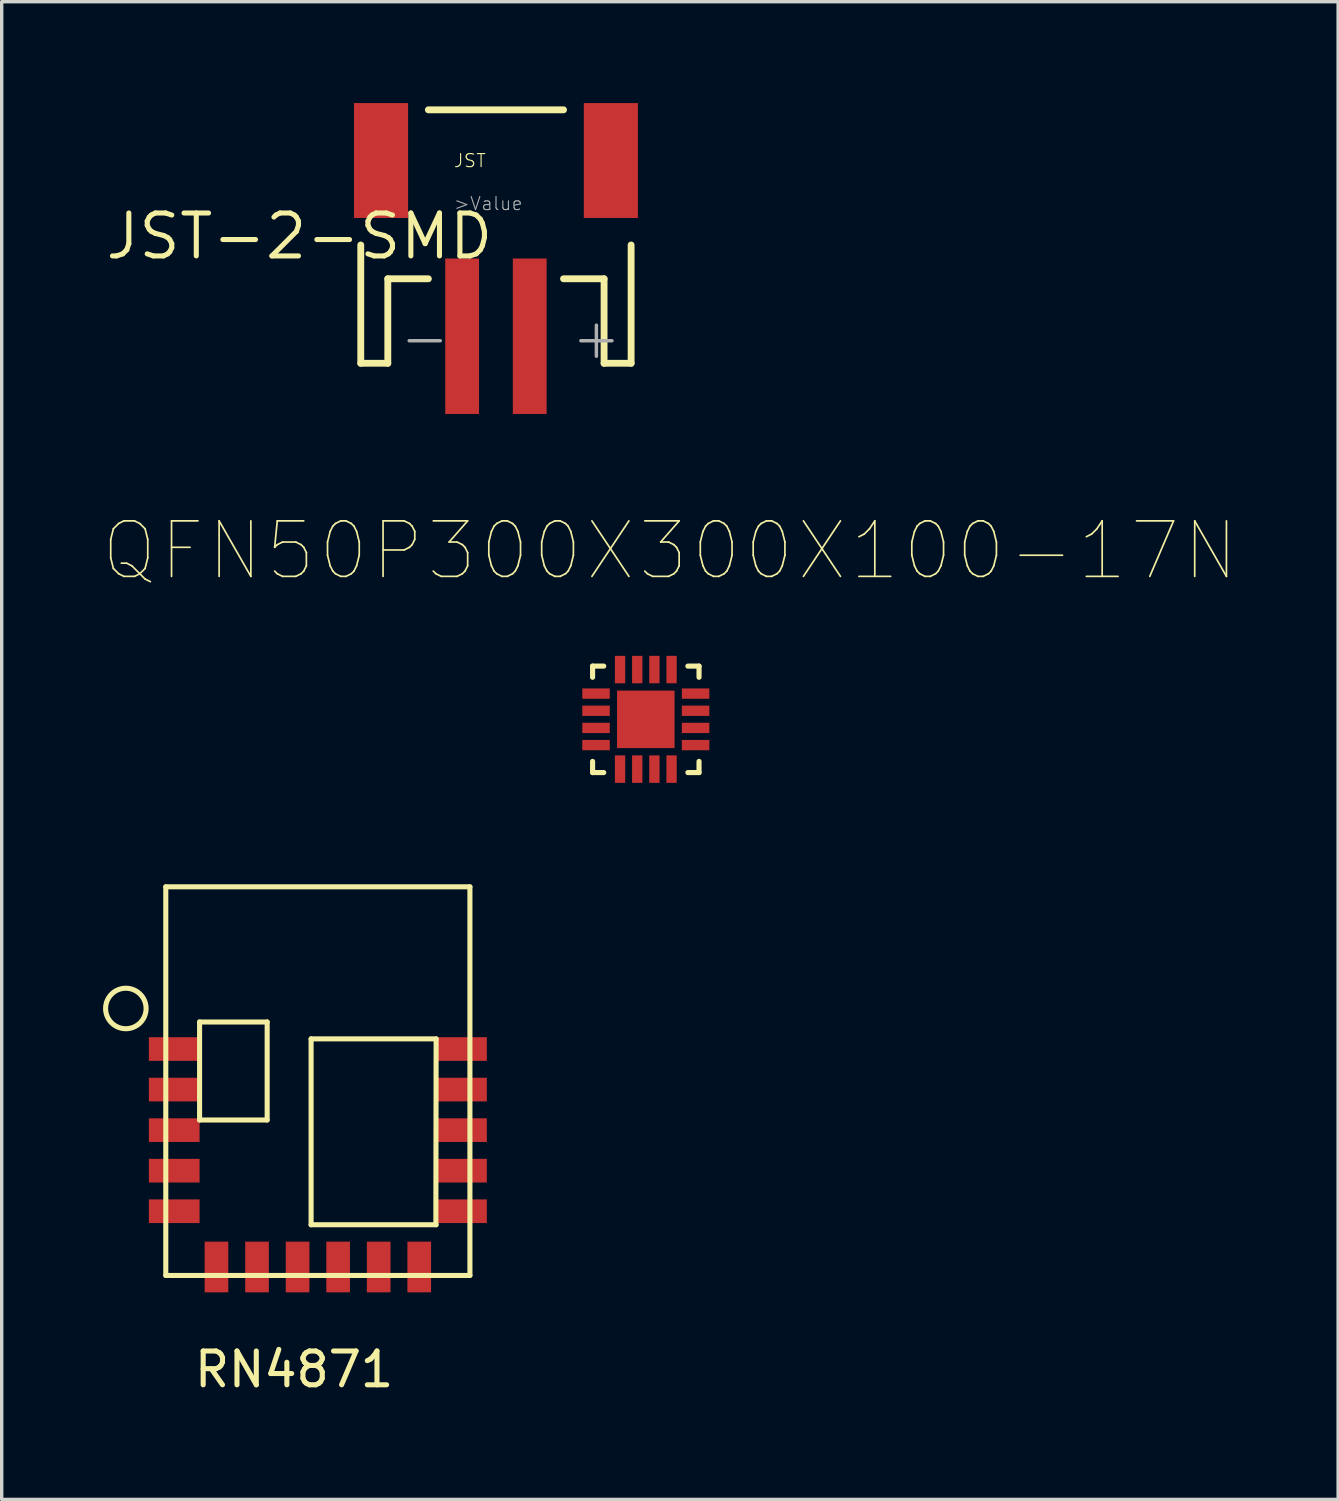
<source format=kicad_pcb>
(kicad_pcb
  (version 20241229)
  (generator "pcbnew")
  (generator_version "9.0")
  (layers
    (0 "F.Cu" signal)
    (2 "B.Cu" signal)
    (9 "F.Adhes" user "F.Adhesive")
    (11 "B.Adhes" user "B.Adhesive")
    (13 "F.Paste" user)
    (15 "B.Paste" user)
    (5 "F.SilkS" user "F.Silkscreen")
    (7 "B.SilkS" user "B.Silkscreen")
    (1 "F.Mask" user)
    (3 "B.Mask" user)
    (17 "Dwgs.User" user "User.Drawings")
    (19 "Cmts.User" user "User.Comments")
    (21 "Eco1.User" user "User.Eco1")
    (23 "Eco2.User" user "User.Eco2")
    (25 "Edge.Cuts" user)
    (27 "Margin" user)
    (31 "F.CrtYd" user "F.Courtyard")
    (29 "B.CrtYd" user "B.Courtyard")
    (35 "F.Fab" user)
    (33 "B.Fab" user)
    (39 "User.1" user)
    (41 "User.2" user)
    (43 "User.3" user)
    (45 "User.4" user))
  (footprint "QFN50P300X300X100-17N"
    (layer "F.Cu")
    (at 16.061 18.237)
    (property "Reference" "QFN50P300X300X100-17N" (at 0.713 -4.988 0) (layer "F.SilkS") (effects (font (size 1.643 1.643) (thickness 0.05))))
    (attr smd)
    (fp_line (start -1.575 -1.575) (end -1.575 -1.245) (stroke (width 0.152) (type solid)) (layer "F.SilkS"))
    (fp_line (start -1.575 1.245) (end -1.575 1.575) (stroke (width 0.152) (type solid)) (layer "F.SilkS"))
    (fp_line (start -1.575 1.575) (end -1.245 1.575) (stroke (width 0.152) (type solid)) (layer "F.SilkS"))
    (fp_line (start -1.245 -1.575) (end -1.575 -1.575) (stroke (width 0.152) (type solid)) (layer "F.SilkS"))
    (fp_line (start 1.245 1.575) (end 1.575 1.575) (stroke (width 0.152) (type solid)) (layer "F.SilkS"))
    (fp_line (start 1.575 -1.575) (end 1.245 -1.575) (stroke (width 0.152) (type solid)) (layer "F.SilkS"))
    (fp_line (start 1.575 -1.245) (end 1.575 -1.575) (stroke (width 0.152) (type solid)) (layer "F.SilkS"))
    (fp_line (start 1.575 1.575) (end 1.575 1.245) (stroke (width 0.152) (type solid)) (layer "F.SilkS"))
    (fp_line (start -1.575 -1.575) (end -1.575 1.575) (stroke (width 0.1) (type solid)) (layer "Eco2.User"))
    (fp_line (start -1.575 -0.889) (end -1.575 -0.61) (stroke (width 0.1) (type solid)) (layer "Eco2.User"))
    (fp_line (start -1.575 -0.406) (end -1.575 -0.102) (stroke (width 0.1) (type solid)) (layer "Eco2.User"))
    (fp_line (start -1.575 -0.305) (end -0.305 -1.575) (stroke (width 0.1) (type solid)) (layer "Eco2.User"))
    (fp_line (start -1.575 0.102) (end -1.575 0.406) (stroke (width 0.1) (type solid)) (layer "Eco2.User"))
    (fp_line (start -1.575 0.61) (end -1.575 0.889) (stroke (width 0.1) (type solid)) (layer "Eco2.User"))
    (fp_line (start -1.575 1.575) (end 1.575 1.575) (stroke (width 0.1) (type solid)) (layer "Eco2.User"))
    (fp_line (start -0.889 1.575) (end -0.61 1.575) (stroke (width 0.1) (type solid)) (layer "Eco2.User"))
    (fp_line (start -0.61 -1.575) (end -0.889 -1.575) (stroke (width 0.1) (type solid)) (layer "Eco2.User"))
    (fp_line (start -0.406 1.575) (end -0.102 1.575) (stroke (width 0.1) (type solid)) (layer "Eco2.User"))
    (fp_line (start -0.102 -1.575) (end -0.406 -1.575) (stroke (width 0.1) (type solid)) (layer "Eco2.User"))
    (fp_line (start 0.102 1.575) (end 0.406 1.575) (stroke (width 0.1) (type solid)) (layer "Eco2.User"))
    (fp_line (start 0.406 -1.575) (end 0.102 -1.575) (stroke (width 0.1) (type solid)) (layer "Eco2.User"))
    (fp_line (start 0.61 1.575) (end 0.889 1.575) (stroke (width 0.1) (type solid)) (layer "Eco2.User"))
    (fp_line (start 0.889 -1.575) (end 0.61 -1.575) (stroke (width 0.1) (type solid)) (layer "Eco2.User"))
    (fp_line (start 1.575 -1.575) (end -1.575 -1.575) (stroke (width 0.1) (type solid)) (layer "Eco2.User"))
    (fp_line (start 1.575 -0.61) (end 1.575 -0.889) (stroke (width 0.1) (type solid)) (layer "Eco2.User"))
    (fp_line (start 1.575 -0.102) (end 1.575 -0.406) (stroke (width 0.1) (type solid)) (layer "Eco2.User"))
    (fp_line (start 1.575 0.406) (end 1.575 0.102) (stroke (width 0.1) (type solid)) (layer "Eco2.User"))
    (fp_line (start 1.575 0.889) (end 1.575 0.61) (stroke (width 0.1) (type solid)) (layer "Eco2.User"))
    (fp_line (start 1.575 1.575) (end 1.575 -1.575) (stroke (width 0.1) (type solid)) (layer "Eco2.User"))
    (pad "1" smd rect (at -1.473 -0.762 270) (size 0.305 0.813) (layers "F.Cu" "F.Mask" "F.Paste"))
    (pad "2" smd rect (at -1.473 -0.254 270) (size 0.305 0.813) (layers "F.Cu" "F.Mask" "F.Paste"))
    (pad "3" smd rect (at -1.473 0.254 270) (size 0.305 0.813) (layers "F.Cu" "F.Mask" "F.Paste"))
    (pad "4" smd rect (at -1.473 0.762 270) (size 0.305 0.813) (layers "F.Cu" "F.Mask" "F.Paste"))
    (pad "5" smd rect (at -0.762 1.473 180) (size 0.305 0.813) (layers "F.Cu" "F.Mask" "F.Paste"))
    (pad "6" smd rect (at -0.254 1.473 180) (size 0.305 0.813) (layers "F.Cu" "F.Mask" "F.Paste"))
    (pad "7" smd rect (at 0.254 1.473 180) (size 0.305 0.813) (layers "F.Cu" "F.Mask" "F.Paste"))
    (pad "8" smd rect (at 0.762 1.473 180) (size 0.305 0.813) (layers "F.Cu" "F.Mask" "F.Paste"))
    (pad "9" smd rect (at 1.473 0.762 270) (size 0.305 0.813) (layers "F.Cu" "F.Mask" "F.Paste"))
    (pad "10" smd rect (at 1.473 0.254 270) (size 0.305 0.813) (layers "F.Cu" "F.Mask" "F.Paste"))
    (pad "11" smd rect (at 1.473 -0.254 270) (size 0.305 0.813) (layers "F.Cu" "F.Mask" "F.Paste"))
    (pad "12" smd rect (at 1.473 -0.762 270) (size 0.305 0.813) (layers "F.Cu" "F.Mask" "F.Paste"))
    (pad "13" smd rect (at 0.762 -1.473 180) (size 0.305 0.813) (layers "F.Cu" "F.Mask" "F.Paste"))
    (pad "14" smd rect (at 0.254 -1.473 180) (size 0.305 0.813) (layers "F.Cu" "F.Mask" "F.Paste"))
    (pad "15" smd rect (at -0.254 -1.473 180) (size 0.305 0.813) (layers "F.Cu" "F.Mask" "F.Paste"))
    (pad "16" smd rect (at -0.762 -1.473 180) (size 0.305 0.813) (layers "F.Cu" "F.Mask" "F.Paste"))
    (pad "17" smd rect (at 0 0) (size 1.702 1.702) (layers "F.Cu" "F.Mask" "F.Paste")))
  (footprint "JST-2-SMD"
    (layer "F.Cu")
    (at 11.626 3.2)
    (property "Reference" "JST-2-SMD" (at 0 0 0) (layer "F.SilkS") (effects (font (size 1.27 1.27) (thickness 0.15)) (justify right top)))
    (attr through_hole)
    (fp_line (start -4 1) (end -4 4.5) (stroke (width 0.203) (type solid)) (layer "F.SilkS"))
    (fp_line (start -4 4.5) (end -3.2 4.5) (stroke (width 0.203) (type solid)) (layer "F.SilkS"))
    (fp_line (start -3.2 2) (end -2 2) (stroke (width 0.203) (type solid)) (layer "F.SilkS"))
    (fp_line (start -3.2 4.5) (end -3.2 2) (stroke (width 0.203) (type solid)) (layer "F.SilkS"))
    (fp_line (start 2 -3) (end -2 -3) (stroke (width 0.203) (type solid)) (layer "F.SilkS"))
    (fp_line (start 2 2) (end 3.2 2) (stroke (width 0.203) (type solid)) (layer "F.SilkS"))
    (fp_line (start 3.2 2) (end 3.2 4.5) (stroke (width 0.203) (type solid)) (layer "F.SilkS"))
    (fp_line (start 3.2 4.5) (end 4 4.5) (stroke (width 0.203) (type solid)) (layer "F.SilkS"))
    (fp_line (start 4 4.5) (end 4 1) (stroke (width 0.203) (type solid)) (layer "F.SilkS"))
    (fp_text user "JST" (at -1.27 -1.27 0) (layer "F.SilkS") (effects (font (size 0.386 0.386) (thickness 0.033)) (justify left bottom)))
    (fp_text user "-" (at -2.921 4.445 0) (layer "F.Fab") (effects (font (size 1.206 1.206) (thickness 0.102)) (justify left bottom)))
    (fp_text user "+" (at 2.159 4.445 0) (layer "F.Fab") (effects (font (size 1.206 1.206) (thickness 0.102)) (justify left bottom)))
    (fp_text user ">Value" (at -1.27 0 0) (layer "F.Fab") (effects (font (size 0.386 0.386) (thickness 0.033)) (justify left bottom)))
    (pad "1" smd rect (at -1 3.7) (size 1 4.6) (layers "F.Cu" "F.Mask" "F.Paste"))
    (pad "2" smd rect (at 1 3.7) (size 1 4.6) (layers "F.Cu" "F.Mask" "F.Paste"))
    (pad "NC1" smd rect (at -3.4 -1.5 90) (size 3.4 1.6) (layers "F.Cu" "F.Mask" "F.Paste"))
    (pad "NC2" smd rect (at 3.4 -1.5 90) (size 3.4 1.6) (layers "F.Cu" "F.Mask" "F.Paste")))
  (footprint "RN4871"
    (layer "F.Cu")
    (at 5.678 29.155)
    (property "Reference" "RN4871" (at -0.025 8.319 0) (layer "F.SilkS") (effects (font (size 1 1) (thickness 0.15))))
    (attr through_hole)
    (fp_line (start -3.822 -5.962) (end 5.178 -5.962) (stroke (width 0.15) (type solid)) (layer "F.SilkS"))
    (fp_line (start -3.822 5.538) (end -3.822 -5.962) (stroke (width 0.15) (type solid)) (layer "F.SilkS"))
    (fp_line (start -3.822 5.538) (end 5.178 5.538) (stroke (width 0.15) (type solid)) (layer "F.SilkS"))
    (fp_line (start -2.822 -1.962) (end -2.822 0.938) (stroke (width 0.15) (type solid)) (layer "F.SilkS"))
    (fp_line (start -2.822 -1.962) (end -0.822 -1.962) (stroke (width 0.15) (type solid)) (layer "F.SilkS"))
    (fp_line (start -2.822 0.938) (end -0.822 0.938) (stroke (width 0.15) (type solid)) (layer "F.SilkS"))
    (fp_line (start -0.822 -1.962) (end -0.822 0.938) (stroke (width 0.15) (type solid)) (layer "F.SilkS"))
    (fp_line (start 0.478 -1.462) (end 0.478 4.038) (stroke (width 0.15) (type solid)) (layer "F.SilkS"))
    (fp_line (start 0.478 -1.462) (end 4.178 -1.462) (stroke (width 0.15) (type solid)) (layer "F.SilkS"))
    (fp_line (start 0.478 4.038) (end 4.178 4.038) (stroke (width 0.15) (type solid)) (layer "F.SilkS"))
    (fp_line (start 4.178 -1.462) (end 4.17 4.038) (stroke (width 0.15) (type solid)) (layer "F.SilkS"))
    (fp_line (start 5.178 5.538) (end 5.178 -5.962) (stroke (width 0.15) (type solid)) (layer "F.SilkS"))
    (fp_circle (center -5.004 -2.362) (end -4.496 -2.044) (stroke (width 0.15) (type solid)) (fill no) (layer "F.SilkS"))
    (pad "1" smd rect (at -3.572 -1.162) (size 1.5 0.7) (layers "F.Cu" "F.Mask" "F.Paste"))
    (pad "2" smd rect (at -3.572 0.038) (size 1.5 0.7) (layers "F.Cu" "F.Mask" "F.Paste"))
    (pad "3" smd rect (at -3.572 1.238) (size 1.5 0.7) (layers "F.Cu" "F.Mask" "F.Paste"))
    (pad "4" smd rect (at -3.572 2.438) (size 1.5 0.7) (layers "F.Cu" "F.Mask" "F.Paste"))
    (pad "5" smd rect (at -3.572 3.638) (size 1.5 0.7) (layers "F.Cu" "F.Mask" "F.Paste"))
    (pad "6" smd rect (at -2.322 5.288 90) (size 1.5 0.7) (layers "F.Cu" "F.Mask" "F.Paste"))
    (pad "7" smd rect (at -1.122 5.288 90) (size 1.5 0.7) (layers "F.Cu" "F.Mask" "F.Paste"))
    (pad "8" smd rect (at 0.078 5.288 90) (size 1.5 0.7) (layers "F.Cu" "F.Mask" "F.Paste"))
    (pad "9" smd rect (at 1.278 5.288 90) (size 1.5 0.7) (layers "F.Cu" "F.Mask" "F.Paste"))
    (pad "10" smd rect (at 2.478 5.288 90) (size 1.5 0.7) (layers "F.Cu" "F.Mask" "F.Paste"))
    (pad "11" smd rect (at 3.678 5.288 90) (size 1.5 0.7) (layers "F.Cu" "F.Mask" "F.Paste"))
    (pad "12" smd rect (at 4.928 3.638) (size 1.5 0.7) (layers "F.Cu" "F.Mask" "F.Paste"))
    (pad "13" smd rect (at 4.928 2.438) (size 1.5 0.7) (layers "F.Cu" "F.Mask" "F.Paste"))
    (pad "14" smd rect (at 4.928 1.238) (size 1.5 0.7) (layers "F.Cu" "F.Mask" "F.Paste"))
    (pad "15" smd rect (at 4.928 0.038) (size 1.5 0.7) (layers "F.Cu" "F.Mask" "F.Paste"))
    (pad "16" smd rect (at 4.928 -1.162) (size 1.5 0.7) (layers "F.Cu" "F.Mask" "F.Paste")))
  (gr_rect
    (start -3 -3)
    (end 36.548 41.321)
    (stroke (width 0.1) (type default))
    (fill no)
    (layer "Edge.Cuts")))
</source>
